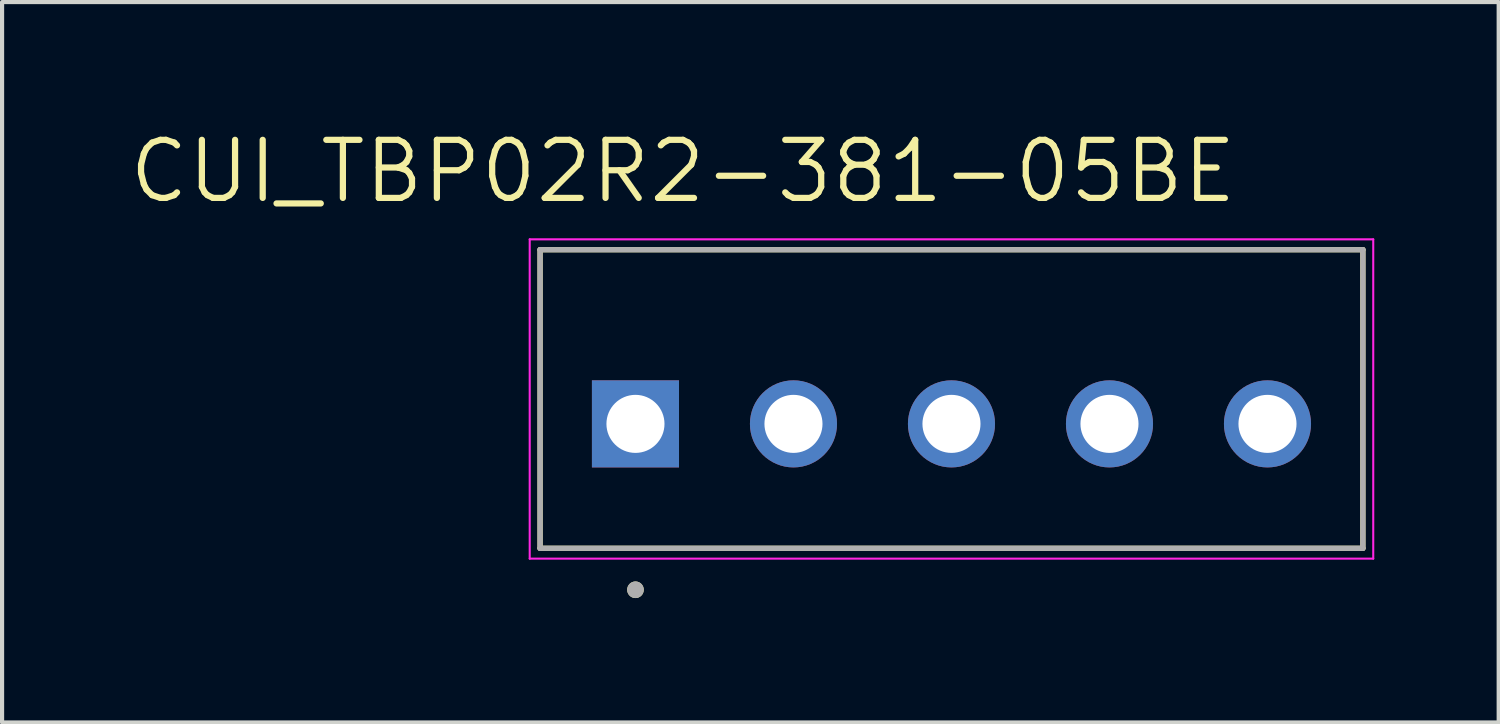
<source format=kicad_pcb>
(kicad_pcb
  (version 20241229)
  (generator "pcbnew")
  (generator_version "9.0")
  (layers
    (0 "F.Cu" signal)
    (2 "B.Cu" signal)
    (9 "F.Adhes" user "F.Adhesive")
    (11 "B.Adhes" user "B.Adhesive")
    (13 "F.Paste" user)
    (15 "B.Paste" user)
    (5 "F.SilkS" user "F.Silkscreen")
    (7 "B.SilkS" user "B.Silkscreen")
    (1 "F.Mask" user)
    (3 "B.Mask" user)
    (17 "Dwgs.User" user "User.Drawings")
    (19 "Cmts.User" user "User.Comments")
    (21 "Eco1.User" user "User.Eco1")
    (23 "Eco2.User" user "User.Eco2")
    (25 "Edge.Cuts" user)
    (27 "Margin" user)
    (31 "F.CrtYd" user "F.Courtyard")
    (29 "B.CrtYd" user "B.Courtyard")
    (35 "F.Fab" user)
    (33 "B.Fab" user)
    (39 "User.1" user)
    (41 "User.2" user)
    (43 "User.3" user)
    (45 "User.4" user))
  (footprint "CUI_TBP02R2-381-05BE"
    (layer "F.Cu")
    (at 12.273 7.171)
    (property "Reference" "CUI_TBP02R2-381-05BE" (at 1.145 -6.089 0) (layer "F.SilkS") (effects (font (size 1.4 1.4) (thickness 0.15))))
    (attr through_hole)
    (fp_line (start -2.3 -4.2) (end 17.54 -4.2) (stroke (width 0.127) (type solid)) (layer "F.SilkS"))
    (fp_line (start -2.3 3) (end -2.3 -4.2) (stroke (width 0.127) (type solid)) (layer "F.SilkS"))
    (fp_line (start 17.54 -4.2) (end 17.54 3) (stroke (width 0.127) (type solid)) (layer "F.SilkS"))
    (fp_line (start 17.54 3) (end -2.3 3) (stroke (width 0.127) (type solid)) (layer "F.SilkS"))
    (fp_circle (center 0 4) (end 0.1 4) (stroke (width 0.2) (type solid)) (fill no) (layer "F.SilkS"))
    (fp_line (start -2.55 -4.45) (end 17.79 -4.45) (stroke (width 0.05) (type solid)) (layer "F.CrtYd"))
    (fp_line (start -2.55 3.25) (end -2.55 -4.45) (stroke (width 0.05) (type solid)) (layer "F.CrtYd"))
    (fp_line (start 17.79 -4.45) (end 17.79 3.25) (stroke (width 0.05) (type solid)) (layer "F.CrtYd"))
    (fp_line (start 17.79 3.25) (end -2.55 3.25) (stroke (width 0.05) (type solid)) (layer "F.CrtYd"))
    (fp_line (start -2.3 -4.2) (end 17.54 -4.2) (stroke (width 0.127) (type solid)) (layer "F.Fab"))
    (fp_line (start -2.3 3) (end -2.3 -4.2) (stroke (width 0.127) (type solid)) (layer "F.Fab"))
    (fp_line (start 17.54 -4.2) (end 17.54 3) (stroke (width 0.127) (type solid)) (layer "F.Fab"))
    (fp_line (start 17.54 3) (end -2.3 3) (stroke (width 0.127) (type solid)) (layer "F.Fab"))
    (fp_circle (center 0 4) (end 0.1 4) (stroke (width 0.2) (type solid)) (fill no) (layer "F.Fab"))
    (pad "1" thru_hole rect (at 0 0) (size 2.1 2.1) (drill 1.4) (layers "*.Cu" "*.Mask"))
    (pad "2" thru_hole circle (at 3.81 0) (size 2.1 2.1) (drill 1.4) (layers "*.Cu" "*.Mask"))
    (pad "3" thru_hole circle (at 7.62 0) (size 2.1 2.1) (drill 1.4) (layers "*.Cu" "*.Mask"))
    (pad "4" thru_hole circle (at 11.43 0) (size 2.1 2.1) (drill 1.4) (layers "*.Cu" "*.Mask"))
    (pad "5" thru_hole circle (at 15.24 0) (size 2.1 2.1) (drill 1.4) (layers "*.Cu" "*.Mask")))
  (gr_rect
    (start -3 -3)
    (end 33.088 14.371)
    (stroke (width 0.1) (type default))
    (fill no)
    (layer "Edge.Cuts")))
</source>
